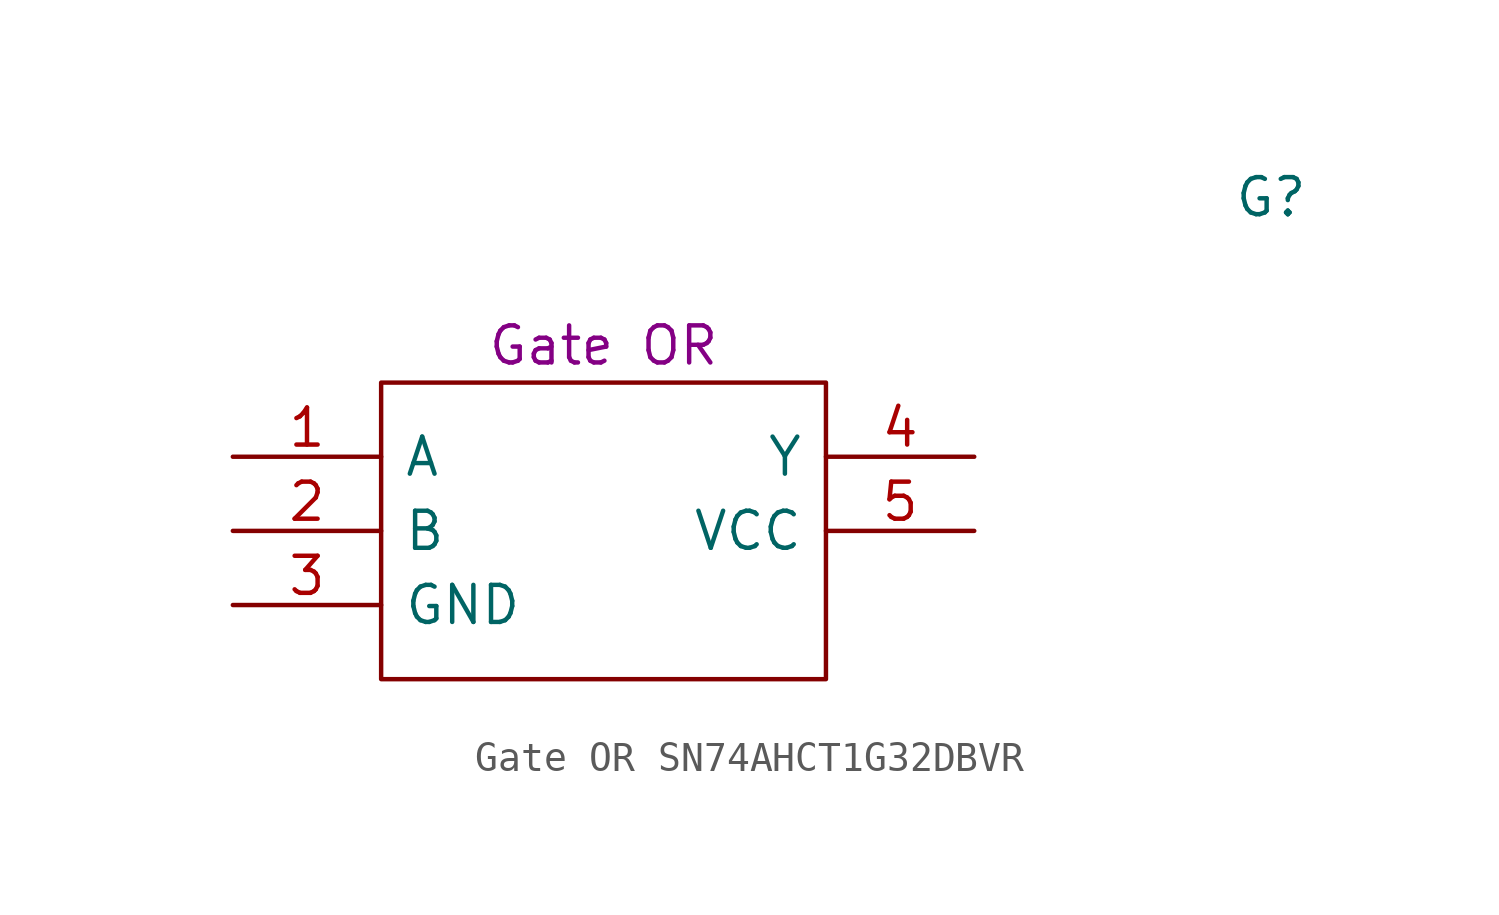
<source format=kicad_sym>
(kicad_symbol_lib
  (version 20220914)
  (generator kicad_symbol_editor)
  (symbol "Gate OR SN74AHCT1G32DBVR"
    (pin_names
      (offset 0.762))
    (property "Reference" "G"
      (at 34.29 8.89 0)
      (effects (font (size 1.27 1.27)) (justify left)))
    (property "Render Name" "Gate OR"
      (at 12.7 3.81 0)
      (effects (font (size 1.27 1.27))))
    (symbol "Gate OR SN74AHCT1G32DBVR_0_0"
      (pin passive line (at 0 0 0) (length 5.08) (name "A" (effects (font (size 1.27 1.27)))) (number "1" (effects (font (size 1.27 1.27)))))
      (pin passive line (at 0 -2.54 0) (length 5.08) (name "B" (effects (font (size 1.27 1.27)))) (number "2" (effects (font (size 1.27 1.27)))))
      (pin passive line (at 0 -5.08 0) (length 5.08) (name "GND" (effects (font (size 1.27 1.27)))) (number "3" (effects (font (size 1.27 1.27)))))
      (pin passive line (at 25.4 0 180) (length 5.08) (name "Y" (effects (font (size 1.27 1.27)))) (number "4" (effects (font (size 1.27 1.27)))))
      (pin passive line (at 25.4 -2.54 180) (length 5.08) (name "VCC" (effects (font (size 1.27 1.27)))) (number "5" (effects (font (size 1.27 1.27))))))
    (symbol "Gate OR SN74AHCT1G32DBVR_0_1"
      (polyline (pts (xy 5.08 2.54) (xy 20.32 2.54) (xy 20.32 -7.62) (xy 5.08 -7.62) (xy 5.08 2.54)) (stroke (width 0.152) (type default)) (fill (type none))))))
</source>
